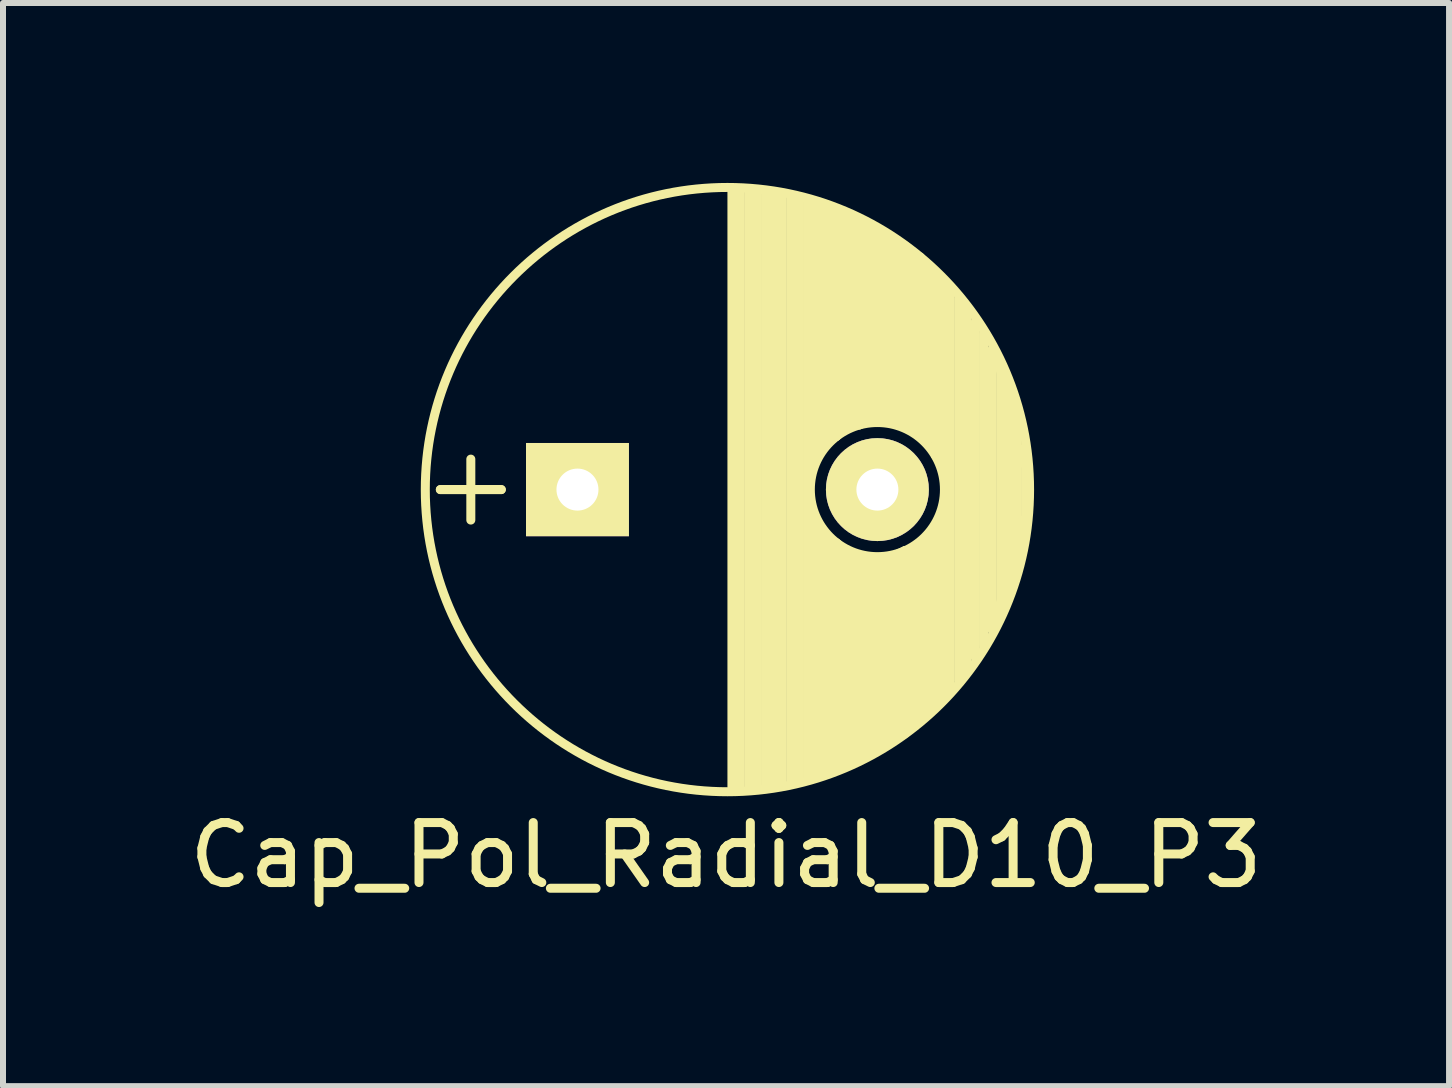
<source format=kicad_pcb>
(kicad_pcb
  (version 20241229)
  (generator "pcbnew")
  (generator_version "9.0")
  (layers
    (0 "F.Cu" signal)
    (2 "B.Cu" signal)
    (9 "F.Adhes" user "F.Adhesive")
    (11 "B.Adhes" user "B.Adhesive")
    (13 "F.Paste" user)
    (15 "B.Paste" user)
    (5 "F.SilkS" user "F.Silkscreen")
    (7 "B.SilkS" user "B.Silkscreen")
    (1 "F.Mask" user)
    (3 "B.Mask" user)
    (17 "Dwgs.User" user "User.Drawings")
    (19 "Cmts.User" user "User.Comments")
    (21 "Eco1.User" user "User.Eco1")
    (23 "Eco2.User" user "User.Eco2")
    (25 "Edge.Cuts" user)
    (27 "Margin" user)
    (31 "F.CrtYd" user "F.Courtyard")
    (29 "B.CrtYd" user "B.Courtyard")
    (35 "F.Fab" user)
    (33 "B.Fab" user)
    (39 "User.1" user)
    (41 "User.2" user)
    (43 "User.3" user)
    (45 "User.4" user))
  (footprint "Cap_Pol_Radial_D10_P3"
    (layer "F.Cu")
    (at 6.577 5.112)
    (property "Reference" "Cap_Pol_Radial_D10_P3" (at 2.477 6.096 0) (layer "F.SilkS") (effects (font (size 1 1) (thickness 0.15))))
    (attr through_hole)
    (fp_line (start -2.286 0) (end -1.778 0) (stroke (width 0.15) (type solid)) (layer "F.SilkS"))
    (fp_line (start -1.778 -0.508) (end -1.778 0) (stroke (width 0.15) (type solid)) (layer "F.SilkS"))
    (fp_line (start -1.778 0) (end -1.778 0.508) (stroke (width 0.15) (type solid)) (layer "F.SilkS"))
    (fp_line (start -1.778 0) (end -1.27 0) (stroke (width 0.15) (type solid)) (layer "F.SilkS"))
    (fp_line (start -1.27 0) (end -2.286 0) (stroke (width 0.15) (type solid)) (layer "F.SilkS"))
    (fp_line (start 2.575 -4.999) (end 2.575 4.999) (stroke (width 0.15) (type solid)) (layer "F.SilkS"))
    (fp_line (start 2.715 -4.995) (end 2.715 4.995) (stroke (width 0.15) (type solid)) (layer "F.SilkS"))
    (fp_line (start 2.855 -4.987) (end 2.855 4.987) (stroke (width 0.15) (type solid)) (layer "F.SilkS"))
    (fp_line (start 2.995 -4.975) (end 2.995 4.975) (stroke (width 0.15) (type solid)) (layer "F.SilkS"))
    (fp_line (start 3.135 -4.96) (end 3.135 4.96) (stroke (width 0.15) (type solid)) (layer "F.SilkS"))
    (fp_line (start 3.275 -4.94) (end 3.275 4.94) (stroke (width 0.15) (type solid)) (layer "F.SilkS"))
    (fp_line (start 3.415 -4.916) (end 3.415 4.916) (stroke (width 0.15) (type solid)) (layer "F.SilkS"))
    (fp_line (start 3.555 -4.887) (end 3.555 4.887) (stroke (width 0.15) (type solid)) (layer "F.SilkS"))
    (fp_line (start 3.695 -4.855) (end 3.695 4.855) (stroke (width 0.15) (type solid)) (layer "F.SilkS"))
    (fp_line (start 3.835 -4.818) (end 3.835 4.818) (stroke (width 0.15) (type solid)) (layer "F.SilkS"))
    (fp_line (start 3.873 -0.445) (end 3.937 -0.508) (stroke (width 0.15) (type solid)) (layer "F.SilkS"))
    (fp_line (start 3.937 -4.763) (end 3.937 -0.572) (stroke (width 0.15) (type solid)) (layer "F.SilkS"))
    (fp_line (start 3.937 -0.572) (end 4.064 -0.699) (stroke (width 0.15) (type solid)) (layer "F.SilkS"))
    (fp_line (start 3.937 0.508) (end 3.937 4.763) (stroke (width 0.15) (type solid)) (layer "F.SilkS"))
    (fp_line (start 3.937 4.763) (end 4.064 4.763) (stroke (width 0.15) (type solid)) (layer "F.SilkS"))
    (fp_line (start 4.064 -4.763) (end 4.191 -4.699) (stroke (width 0.15) (type solid)) (layer "F.SilkS"))
    (fp_line (start 4.064 -0.699) (end 4.064 -4.763) (stroke (width 0.15) (type solid)) (layer "F.SilkS"))
    (fp_line (start 4.064 0.635) (end 4.191 0.826) (stroke (width 0.15) (type solid)) (layer "F.SilkS"))
    (fp_line (start 4.064 4.763) (end 4.064 0.635) (stroke (width 0.15) (type solid)) (layer "F.SilkS"))
    (fp_line (start 4.191 -4.699) (end 4.191 -0.826) (stroke (width 0.15) (type solid)) (layer "F.SilkS"))
    (fp_line (start 4.191 -0.826) (end 4.318 -0.889) (stroke (width 0.15) (type solid)) (layer "F.SilkS"))
    (fp_line (start 4.191 0.826) (end 4.191 4.699) (stroke (width 0.15) (type solid)) (layer "F.SilkS"))
    (fp_line (start 4.191 4.699) (end 4.318 4.636) (stroke (width 0.15) (type solid)) (layer "F.SilkS"))
    (fp_line (start 4.318 -4.636) (end 4.445 -4.572) (stroke (width 0.15) (type solid)) (layer "F.SilkS"))
    (fp_line (start 4.318 -0.889) (end 4.318 -4.636) (stroke (width 0.15) (type solid)) (layer "F.SilkS"))
    (fp_line (start 4.318 0.889) (end 4.445 1.016) (stroke (width 0.15) (type solid)) (layer "F.SilkS"))
    (fp_line (start 4.318 4.636) (end 4.318 0.889) (stroke (width 0.15) (type solid)) (layer "F.SilkS"))
    (fp_line (start 4.445 -4.572) (end 4.445 -1.016) (stroke (width 0.15) (type solid)) (layer "F.SilkS"))
    (fp_line (start 4.445 -1.016) (end 4.572 -1.079) (stroke (width 0.15) (type solid)) (layer "F.SilkS"))
    (fp_line (start 4.445 1.016) (end 4.445 4.572) (stroke (width 0.15) (type solid)) (layer "F.SilkS"))
    (fp_line (start 4.445 4.572) (end 4.572 4.508) (stroke (width 0.15) (type solid)) (layer "F.SilkS"))
    (fp_line (start 4.572 -4.572) (end 4.699 -4.508) (stroke (width 0.15) (type solid)) (layer "F.SilkS"))
    (fp_line (start 4.572 -1.079) (end 4.572 -4.572) (stroke (width 0.15) (type solid)) (layer "F.SilkS"))
    (fp_line (start 4.572 1.079) (end 4.699 1.143) (stroke (width 0.15) (type solid)) (layer "F.SilkS"))
    (fp_line (start 4.572 4.508) (end 4.572 1.079) (stroke (width 0.15) (type solid)) (layer "F.SilkS"))
    (fp_line (start 4.699 -4.508) (end 4.699 -1.079) (stroke (width 0.15) (type solid)) (layer "F.SilkS"))
    (fp_line (start 4.699 -1.079) (end 4.826 -1.143) (stroke (width 0.15) (type solid)) (layer "F.SilkS"))
    (fp_line (start 4.699 1.143) (end 4.699 4.445) (stroke (width 0.15) (type solid)) (layer "F.SilkS"))
    (fp_line (start 4.699 4.445) (end 4.826 4.381) (stroke (width 0.15) (type solid)) (layer "F.SilkS"))
    (fp_line (start 4.826 -4.445) (end 4.953 -4.381) (stroke (width 0.15) (type solid)) (layer "F.SilkS"))
    (fp_line (start 4.826 -1.143) (end 4.826 -4.445) (stroke (width 0.15) (type solid)) (layer "F.SilkS"))
    (fp_line (start 4.826 1.143) (end 4.953 1.143) (stroke (width 0.15) (type solid)) (layer "F.SilkS"))
    (fp_line (start 4.826 4.381) (end 4.826 1.143) (stroke (width 0.15) (type solid)) (layer "F.SilkS"))
    (fp_line (start 4.953 -4.381) (end 4.953 -1.206) (stroke (width 0.15) (type solid)) (layer "F.SilkS"))
    (fp_line (start 4.953 -1.206) (end 5.08 -1.206) (stroke (width 0.15) (type solid)) (layer "F.SilkS"))
    (fp_line (start 4.953 1.143) (end 4.953 4.318) (stroke (width 0.15) (type solid)) (layer "F.SilkS"))
    (fp_line (start 4.953 4.318) (end 5.08 4.255) (stroke (width 0.15) (type solid)) (layer "F.SilkS"))
    (fp_line (start 5.08 -4.255) (end 5.207 -4.191) (stroke (width 0.15) (type solid)) (layer "F.SilkS"))
    (fp_line (start 5.08 -1.206) (end 5.08 -4.255) (stroke (width 0.15) (type solid)) (layer "F.SilkS"))
    (fp_line (start 5.08 1.143) (end 5.207 1.143) (stroke (width 0.15) (type solid)) (layer "F.SilkS"))
    (fp_line (start 5.08 4.255) (end 5.08 1.143) (stroke (width 0.15) (type solid)) (layer "F.SilkS"))
    (fp_line (start 5.207 -4.191) (end 5.207 -1.143) (stroke (width 0.15) (type solid)) (layer "F.SilkS"))
    (fp_line (start 5.207 -1.143) (end 5.334 -1.079) (stroke (width 0.15) (type solid)) (layer "F.SilkS"))
    (fp_line (start 5.207 1.143) (end 5.207 4.191) (stroke (width 0.15) (type solid)) (layer "F.SilkS"))
    (fp_line (start 5.207 4.191) (end 5.334 4.128) (stroke (width 0.15) (type solid)) (layer "F.SilkS"))
    (fp_line (start 5.334 -4.128) (end 5.461 -4.064) (stroke (width 0.15) (type solid)) (layer "F.SilkS"))
    (fp_line (start 5.334 -1.079) (end 5.334 -4.128) (stroke (width 0.15) (type solid)) (layer "F.SilkS"))
    (fp_line (start 5.334 1.079) (end 5.461 1.016) (stroke (width 0.15) (type solid)) (layer "F.SilkS"))
    (fp_line (start 5.334 4.128) (end 5.334 1.079) (stroke (width 0.15) (type solid)) (layer "F.SilkS"))
    (fp_line (start 5.461 -4.064) (end 5.461 -1.079) (stroke (width 0.15) (type solid)) (layer "F.SilkS"))
    (fp_line (start 5.461 -1.079) (end 5.588 -1.016) (stroke (width 0.15) (type solid)) (layer "F.SilkS"))
    (fp_line (start 5.461 1.016) (end 5.461 4.064) (stroke (width 0.15) (type solid)) (layer "F.SilkS"))
    (fp_line (start 5.461 4.064) (end 5.588 3.937) (stroke (width 0.15) (type solid)) (layer "F.SilkS"))
    (fp_line (start 5.588 -3.937) (end 5.715 -3.873) (stroke (width 0.15) (type solid)) (layer "F.SilkS"))
    (fp_line (start 5.588 -1.016) (end 5.588 -3.937) (stroke (width 0.15) (type solid)) (layer "F.SilkS"))
    (fp_line (start 5.588 1.016) (end 5.715 0.889) (stroke (width 0.15) (type solid)) (layer "F.SilkS"))
    (fp_line (start 5.588 3.937) (end 5.588 1.016) (stroke (width 0.15) (type solid)) (layer "F.SilkS"))
    (fp_line (start 5.715 -3.873) (end 5.715 -0.889) (stroke (width 0.15) (type solid)) (layer "F.SilkS"))
    (fp_line (start 5.715 -0.889) (end 5.842 -0.826) (stroke (width 0.15) (type solid)) (layer "F.SilkS"))
    (fp_line (start 5.715 0.889) (end 5.715 3.81) (stroke (width 0.15) (type solid)) (layer "F.SilkS"))
    (fp_line (start 5.715 3.81) (end 5.842 3.683) (stroke (width 0.15) (type solid)) (layer "F.SilkS"))
    (fp_line (start 5.842 -3.747) (end 5.969 -3.619) (stroke (width 0.15) (type solid)) (layer "F.SilkS"))
    (fp_line (start 5.842 -0.826) (end 5.842 -3.747) (stroke (width 0.15) (type solid)) (layer "F.SilkS"))
    (fp_line (start 5.842 0.762) (end 5.969 0.635) (stroke (width 0.15) (type solid)) (layer "F.SilkS"))
    (fp_line (start 5.842 3.683) (end 5.842 0.762) (stroke (width 0.15) (type solid)) (layer "F.SilkS"))
    (fp_line (start 5.969 -3.619) (end 5.969 -0.572) (stroke (width 0.15) (type solid)) (layer "F.SilkS"))
    (fp_line (start 5.969 -0.572) (end 6.096 -0.381) (stroke (width 0.15) (type solid)) (layer "F.SilkS"))
    (fp_line (start 5.969 0.635) (end 5.969 3.556) (stroke (width 0.15) (type solid)) (layer "F.SilkS"))
    (fp_line (start 5.969 3.556) (end 6.096 3.493) (stroke (width 0.15) (type solid)) (layer "F.SilkS"))
    (fp_line (start 6.096 -0.381) (end 6.096 -3.493) (stroke (width 0.15) (type solid)) (layer "F.SilkS"))
    (fp_line (start 6.096 3.493) (end 6.096 0.381) (stroke (width 0.15) (type solid)) (layer "F.SilkS"))
    (fp_line (start 6.215 -3.346) (end 6.215 3.346) (stroke (width 0.15) (type solid)) (layer "F.SilkS"))
    (fp_line (start 6.355 -3.184) (end 6.355 3.184) (stroke (width 0.15) (type solid)) (layer "F.SilkS"))
    (fp_line (start 6.495 -3.007) (end 6.495 3.007) (stroke (width 0.15) (type solid)) (layer "F.SilkS"))
    (fp_line (start 6.635 -2.811) (end 6.635 2.811) (stroke (width 0.15) (type solid)) (layer "F.SilkS"))
    (fp_line (start 6.775 -2.593) (end 6.775 2.593) (stroke (width 0.15) (type solid)) (layer "F.SilkS"))
    (fp_line (start 6.915 -2.347) (end 6.915 2.347) (stroke (width 0.15) (type solid)) (layer "F.SilkS"))
    (fp_line (start 6.934 2.184) (end 7.29 1.295) (stroke (width 0.15) (type solid)) (layer "F.SilkS"))
    (fp_line (start 6.985 -2.159) (end 7.341 -1.245) (stroke (width 0.15) (type solid)) (layer "F.SilkS"))
    (fp_line (start 7.055 -2.062) (end 7.055 2.062) (stroke (width 0.15) (type solid)) (layer "F.SilkS"))
    (fp_line (start 7.195 -1.72) (end 7.195 1.72) (stroke (width 0.15) (type solid)) (layer "F.SilkS"))
    (fp_line (start 7.335 -1.274) (end 7.335 1.274) (stroke (width 0.15) (type solid)) (layer "F.SilkS"))
    (fp_line (start 7.391 0.787) (end 7.417 0.508) (stroke (width 0.15) (type solid)) (layer "F.SilkS"))
    (fp_line (start 7.442 -0.432) (end 7.442 -0.686) (stroke (width 0.15) (type solid)) (layer "F.SilkS"))
    (fp_line (start 7.475 -0.499) (end 7.475 0.499) (stroke (width 0.15) (type solid)) (layer "F.SilkS"))
    (fp_circle (center 2.5 0) (end 2.5 -5.037) (stroke (width 0.15) (type solid)) (fill no) (layer "F.SilkS"))
    (fp_circle (center 5 0) (end 5.5 -1) (stroke (width 0.15) (type solid)) (fill no) (layer "F.SilkS"))
    (pad "1" thru_hole rect (at 0 0) (size 1.716 1.554) (drill 0.7) (layers "*.Cu" "*.Mask" "F.SilkS"))
    (pad "2" thru_hole circle (at 5 0) (size 1.716 1.716) (drill 0.7) (layers "*.Cu" "*.Mask" "F.SilkS")))
  (gr_rect
    (start -3 -3)
    (end 21.107 15.057)
    (stroke (width 0.1) (type default))
    (fill no)
    (layer "Edge.Cuts")))
</source>
